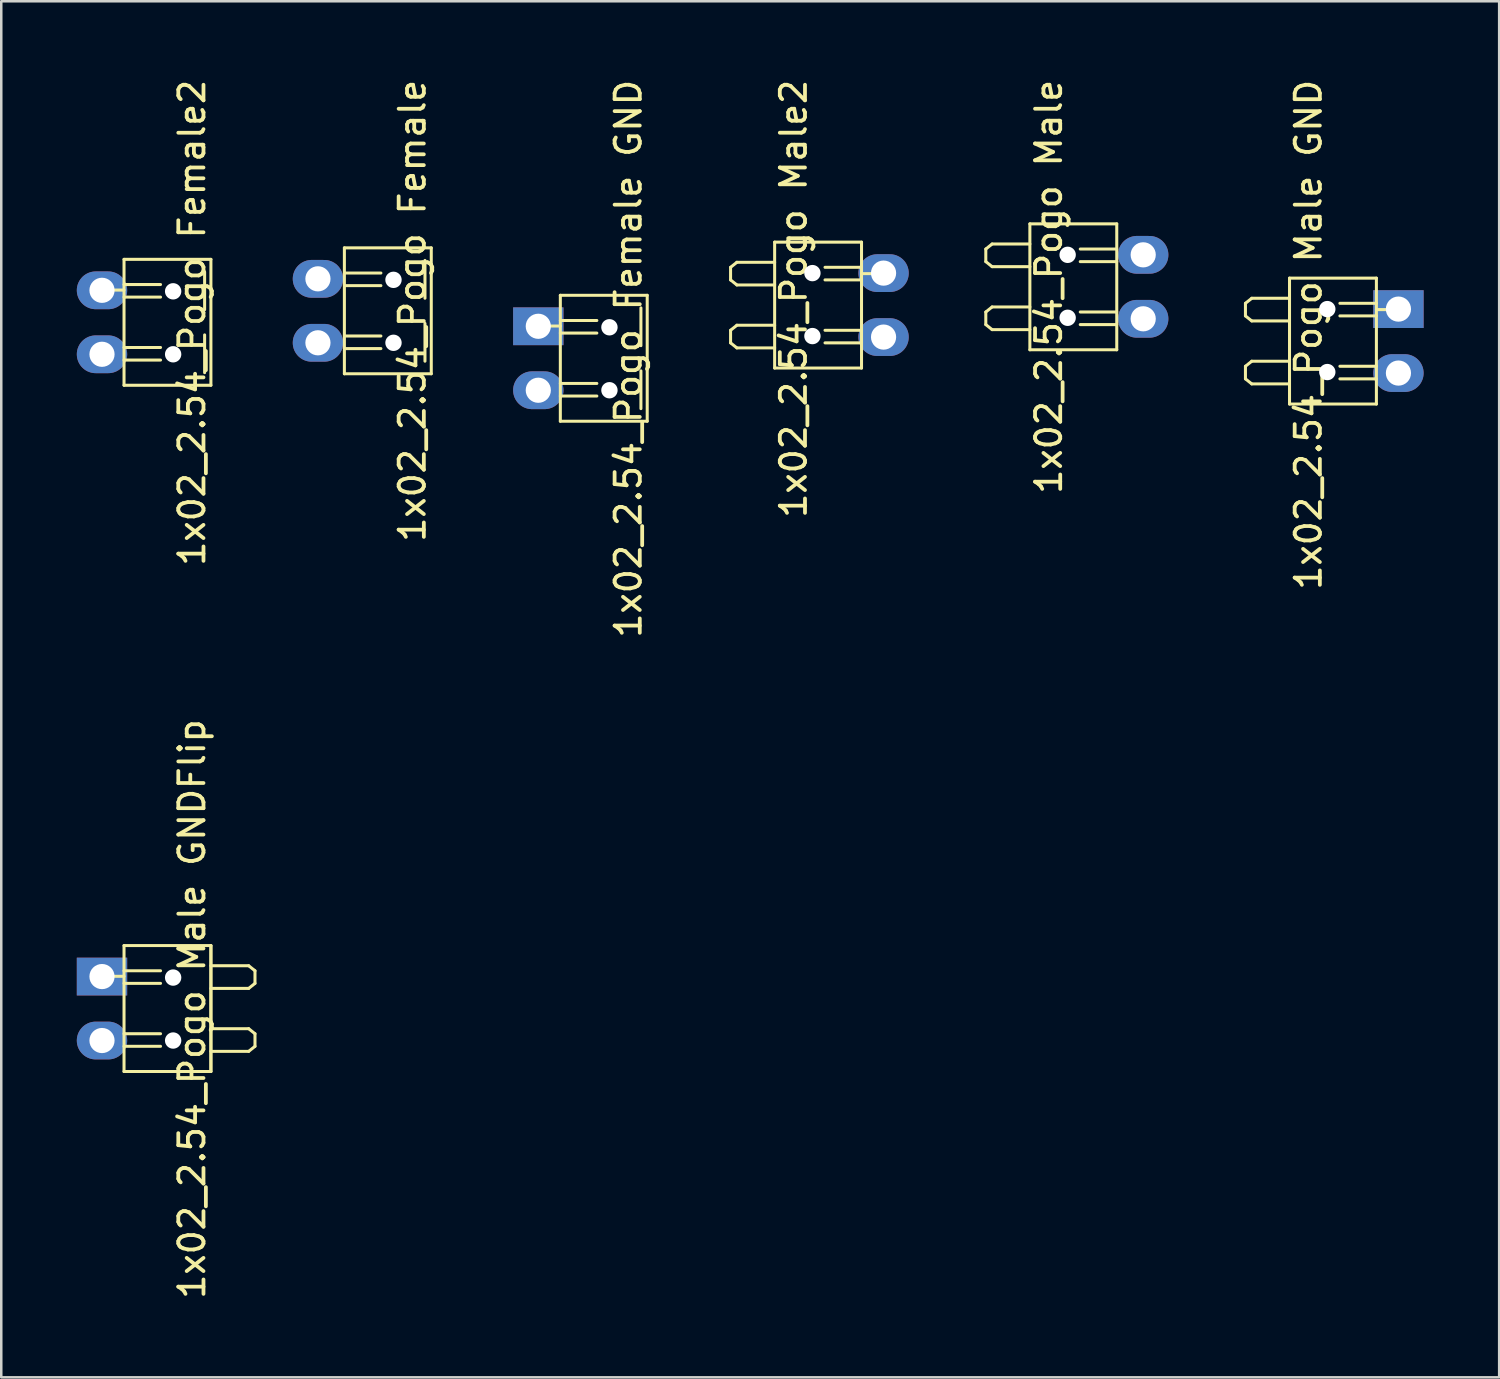
<source format=kicad_pcb>
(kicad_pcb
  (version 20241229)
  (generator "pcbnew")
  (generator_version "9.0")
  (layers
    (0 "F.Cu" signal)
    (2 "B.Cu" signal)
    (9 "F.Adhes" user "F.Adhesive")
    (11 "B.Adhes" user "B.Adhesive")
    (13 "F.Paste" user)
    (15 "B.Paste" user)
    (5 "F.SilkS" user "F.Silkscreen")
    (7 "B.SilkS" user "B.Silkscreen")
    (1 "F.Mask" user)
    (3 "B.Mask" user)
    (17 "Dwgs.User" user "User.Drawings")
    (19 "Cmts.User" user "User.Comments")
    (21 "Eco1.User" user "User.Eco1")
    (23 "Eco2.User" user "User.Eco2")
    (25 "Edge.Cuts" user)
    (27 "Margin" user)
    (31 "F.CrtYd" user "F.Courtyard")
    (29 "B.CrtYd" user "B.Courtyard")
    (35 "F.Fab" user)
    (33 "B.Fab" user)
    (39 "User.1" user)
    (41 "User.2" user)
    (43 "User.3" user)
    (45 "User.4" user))
  (footprint "1x02_2.54_Pogo Male2"
    (layer "F.Cu")
    (at 27.71 11.565)
    (property "Reference" "1x02_2.54_Pogo Male2" (at 0.75 -2.75 90) (layer "F.SilkS") (effects (font (size 1 1) (thickness 0.15))))
    (attr through_hole)
    (fp_line (start -1.75 -4) (end -1.75 -3.5) (stroke (width 0.12) (type solid)) (layer "F.SilkS"))
    (fp_line (start -1.75 -4) (end -1.5 -4.2) (stroke (width 0.12) (type solid)) (layer "F.SilkS"))
    (fp_line (start -1.75 -3.5) (end -1.5 -3.3) (stroke (width 0.12) (type solid)) (layer "F.SilkS"))
    (fp_line (start -1.75 -1.5) (end -1.75 -1) (stroke (width 0.12) (type solid)) (layer "F.SilkS"))
    (fp_line (start -1.75 -1.5) (end -1.5 -1.7) (stroke (width 0.12) (type solid)) (layer "F.SilkS"))
    (fp_line (start -1.75 -1) (end -1.5 -0.8) (stroke (width 0.12) (type solid)) (layer "F.SilkS"))
    (fp_line (start 0 -5) (end 0 0) (stroke (width 0.12) (type solid)) (layer "F.SilkS"))
    (fp_line (start 0 -4.2) (end -1.5 -4.2) (stroke (width 0.12) (type solid)) (layer "F.SilkS"))
    (fp_line (start 0 -3.3) (end -1.5 -3.3) (stroke (width 0.12) (type solid)) (layer "F.SilkS"))
    (fp_line (start 0 -1.7) (end -1.5 -1.7) (stroke (width 0.12) (type solid)) (layer "F.SilkS"))
    (fp_line (start 0 -0.8) (end -1.5 -0.8) (stroke (width 0.12) (type solid)) (layer "F.SilkS"))
    (fp_line (start 0 0) (end 3.45 0) (stroke (width 0.12) (type solid)) (layer "F.SilkS"))
    (fp_line (start 3.45 -5) (end 0 -5) (stroke (width 0.12) (type solid)) (layer "F.SilkS"))
    (fp_line (start 3.45 -5) (end 3.45 0) (stroke (width 0.12) (type solid)) (layer "F.SilkS"))
    (fp_line (start 3.45 -4) (end 2 -4) (stroke (width 0.12) (type solid)) (layer "F.SilkS"))
    (fp_line (start 3.45 -3.5) (end 2 -3.5) (stroke (width 0.12) (type solid)) (layer "F.SilkS"))
    (fp_line (start 3.45 -1.5) (end 2 -1.5) (stroke (width 0.12) (type solid)) (layer "F.SilkS"))
    (fp_line (start 3.45 -1) (end 2 -1) (stroke (width 0.12) (type solid)) (layer "F.SilkS"))
    (fp_line (start 4.575 -3.75) (end 3.45 -3.75) (stroke (width 0.12) (type solid)) (layer "F.SilkS"))
    (fp_circle (center 4.325 -3.75) (end 4.575 -3.75) (stroke (width 0.12) (type solid)) (fill no) (layer "F.SilkS"))
    (pad "" np_thru_hole oval (at 1.5 -3.77 180) (size 0.65 0.65) (drill 0.65) (layers "*.Cu" "*.Mask"))
    (pad "" np_thru_hole oval (at 1.5 -1.27 180) (size 0.65 0.65) (drill 0.65) (layers "*.Cu" "*.Mask"))
    (pad "1" thru_hole oval (at 4.325 -3.77 180) (size 2 1.5) (drill 1) (layers "*.Cu" "*.Mask"))
    (pad "2" thru_hole oval (at 4.325 -1.23 180) (size 2 1.5) (drill 1) (layers "*.Cu" "*.Mask")))
  (footprint "1x02_2.54_Pogo Male"
    (layer "F.Cu")
    (at 37.845 10.839)
    (property "Reference" "1x02_2.54_Pogo Male" (at 0.75 -2.5 90) (layer "F.SilkS") (effects (font (size 1 1) (thickness 0.15))))
    (attr through_hole)
    (fp_line (start -1.75 -4) (end -1.75 -3.5) (stroke (width 0.12) (type solid)) (layer "F.SilkS"))
    (fp_line (start -1.75 -4) (end -1.5 -4.2) (stroke (width 0.12) (type solid)) (layer "F.SilkS"))
    (fp_line (start -1.75 -3.5) (end -1.5 -3.3) (stroke (width 0.12) (type solid)) (layer "F.SilkS"))
    (fp_line (start -1.75 -1.5) (end -1.75 -1) (stroke (width 0.12) (type solid)) (layer "F.SilkS"))
    (fp_line (start -1.75 -1.5) (end -1.5 -1.7) (stroke (width 0.12) (type solid)) (layer "F.SilkS"))
    (fp_line (start -1.75 -1) (end -1.5 -0.8) (stroke (width 0.12) (type solid)) (layer "F.SilkS"))
    (fp_line (start 0 -5) (end 0 0) (stroke (width 0.12) (type solid)) (layer "F.SilkS"))
    (fp_line (start 0 -4.2) (end -1.5 -4.2) (stroke (width 0.12) (type solid)) (layer "F.SilkS"))
    (fp_line (start 0 -3.3) (end -1.5 -3.3) (stroke (width 0.12) (type solid)) (layer "F.SilkS"))
    (fp_line (start 0 -1.7) (end -1.5 -1.7) (stroke (width 0.12) (type solid)) (layer "F.SilkS"))
    (fp_line (start 0 -0.8) (end -1.5 -0.8) (stroke (width 0.12) (type solid)) (layer "F.SilkS"))
    (fp_line (start 0 0) (end 3.45 0) (stroke (width 0.12) (type solid)) (layer "F.SilkS"))
    (fp_line (start 3.45 -5) (end 0 -5) (stroke (width 0.12) (type solid)) (layer "F.SilkS"))
    (fp_line (start 3.45 -5) (end 3.45 0) (stroke (width 0.12) (type solid)) (layer "F.SilkS"))
    (fp_line (start 3.45 -4) (end 2 -4) (stroke (width 0.12) (type solid)) (layer "F.SilkS"))
    (fp_line (start 3.45 -3.5) (end 2 -3.5) (stroke (width 0.12) (type solid)) (layer "F.SilkS"))
    (fp_line (start 3.45 -1.5) (end 2 -1.5) (stroke (width 0.12) (type solid)) (layer "F.SilkS"))
    (fp_line (start 3.45 -1) (end 2 -1) (stroke (width 0.12) (type solid)) (layer "F.SilkS"))
    (pad "" np_thru_hole oval (at 1.5 -3.77 180) (size 0.65 0.65) (drill 0.65) (layers "*.Cu" "*.Mask"))
    (pad "" np_thru_hole oval (at 1.5 -1.27 180) (size 0.65 0.65) (drill 0.65) (layers "*.Cu" "*.Mask"))
    (pad "1" thru_hole oval (at 4.5 -3.77 180) (size 2 1.5) (drill 1) (layers "*.Cu" "*.Mask"))
    (pad "2" thru_hole oval (at 4.5 -1.23 180) (size 2 1.5) (drill 1) (layers "*.Cu" "*.Mask")))
  (footprint "1x02_2.54_Pogo Female GND"
    (layer "F.Cu")
    (at 22.65 13.696)
    (property "Reference" "1x02_2.54_Pogo Female GND" (at -0.75 -2.5 90) (layer "F.SilkS") (effects (font (size 1 1) (thickness 0.15))))
    (attr through_hole)
    (fp_line (start -4.575 -3.8) (end -3.45 -3.8) (stroke (width 0.12) (type solid)) (layer "F.SilkS"))
    (fp_line (start -3.45 -4.02) (end -2 -4.02) (stroke (width 0.12) (type solid)) (layer "F.SilkS"))
    (fp_line (start -3.45 -3.52) (end -2 -3.52) (stroke (width 0.12) (type solid)) (layer "F.SilkS"))
    (fp_line (start -3.45 -1.52) (end -2 -1.52) (stroke (width 0.12) (type solid)) (layer "F.SilkS"))
    (fp_line (start -3.45 -1.02) (end -2 -1.02) (stroke (width 0.12) (type solid)) (layer "F.SilkS"))
    (fp_line (start -3.45 -0.02) (end -3.45 -5.02) (stroke (width 0.12) (type solid)) (layer "F.SilkS"))
    (fp_line (start -3.45 -0.02) (end 0 -0.02) (stroke (width 0.12) (type solid)) (layer "F.SilkS"))
    (fp_line (start -0.25 -3.02) (end -0.25 -4.52) (stroke (width 0.12) (type solid)) (layer "F.SilkS"))
    (fp_line (start -0.25 -0.52) (end -0.25 -2.02) (stroke (width 0.12) (type solid)) (layer "F.SilkS"))
    (fp_line (start 0 -5.02) (end -3.45 -5.02) (stroke (width 0.12) (type solid)) (layer "F.SilkS"))
    (fp_line (start 0 -0.02) (end 0 -5.02) (stroke (width 0.12) (type solid)) (layer "F.SilkS"))
    (fp_circle (center -4.325 -3.8) (end -4.075 -3.8) (stroke (width 0.12) (type solid)) (fill no) (layer "F.SilkS"))
    (pad "" np_thru_hole oval (at -1.5 -3.75) (size 0.65 0.65) (drill 0.65) (layers "*.Cu" "*.Mask"))
    (pad "" np_thru_hole oval (at -1.5 -1.25) (size 0.65 0.65) (drill 0.65) (layers "*.Cu" "*.Mask"))
    (pad "1" thru_hole rect (at -4.325 -3.79) (size 2 1.5) (drill 1) (layers "*.Cu" "*.Mask"))
    (pad "2" thru_hole oval (at -4.325 -1.25) (size 2 1.5) (drill 1) (layers "*.Cu" "*.Mask")))
  (footprint "1x02_2.54_Pogo Male GND"
    (layer "F.Cu")
    (at 48.155 12.994)
    (property "Reference" "1x02_2.54_Pogo Male GND" (at 0.75 -2.75 90) (layer "F.SilkS") (effects (font (size 1 1) (thickness 0.15))))
    (attr through_hole)
    (fp_line (start -1.75 -4) (end -1.75 -3.5) (stroke (width 0.12) (type solid)) (layer "F.SilkS"))
    (fp_line (start -1.75 -4) (end -1.5 -4.2) (stroke (width 0.12) (type solid)) (layer "F.SilkS"))
    (fp_line (start -1.75 -3.5) (end -1.5 -3.3) (stroke (width 0.12) (type solid)) (layer "F.SilkS"))
    (fp_line (start -1.75 -1.5) (end -1.75 -1) (stroke (width 0.12) (type solid)) (layer "F.SilkS"))
    (fp_line (start -1.75 -1.5) (end -1.5 -1.7) (stroke (width 0.12) (type solid)) (layer "F.SilkS"))
    (fp_line (start -1.75 -1) (end -1.5 -0.8) (stroke (width 0.12) (type solid)) (layer "F.SilkS"))
    (fp_line (start 0 -5) (end 0 0) (stroke (width 0.12) (type solid)) (layer "F.SilkS"))
    (fp_line (start 0 -4.2) (end -1.5 -4.2) (stroke (width 0.12) (type solid)) (layer "F.SilkS"))
    (fp_line (start 0 -3.3) (end -1.5 -3.3) (stroke (width 0.12) (type solid)) (layer "F.SilkS"))
    (fp_line (start 0 -1.7) (end -1.5 -1.7) (stroke (width 0.12) (type solid)) (layer "F.SilkS"))
    (fp_line (start 0 -0.8) (end -1.5 -0.8) (stroke (width 0.12) (type solid)) (layer "F.SilkS"))
    (fp_line (start 0 0) (end 3.45 0) (stroke (width 0.12) (type solid)) (layer "F.SilkS"))
    (fp_line (start 3.45 -5) (end 0 -5) (stroke (width 0.12) (type solid)) (layer "F.SilkS"))
    (fp_line (start 3.45 -5) (end 3.45 0) (stroke (width 0.12) (type solid)) (layer "F.SilkS"))
    (fp_line (start 3.45 -4) (end 2 -4) (stroke (width 0.12) (type solid)) (layer "F.SilkS"))
    (fp_line (start 3.45 -3.5) (end 2 -3.5) (stroke (width 0.12) (type solid)) (layer "F.SilkS"))
    (fp_line (start 3.45 -1.5) (end 2 -1.5) (stroke (width 0.12) (type solid)) (layer "F.SilkS"))
    (fp_line (start 3.45 -1) (end 2 -1) (stroke (width 0.12) (type solid)) (layer "F.SilkS"))
    (fp_line (start 4.575 -3.75) (end 3.45 -3.75) (stroke (width 0.12) (type solid)) (layer "F.SilkS"))
    (fp_circle (center 4.325 -3.75) (end 4.575 -3.75) (stroke (width 0.12) (type solid)) (fill no) (layer "F.SilkS"))
    (pad "" np_thru_hole oval (at 1.5 -3.77 180) (size 0.65 0.65) (drill 0.65) (layers "*.Cu" "*.Mask"))
    (pad "" np_thru_hole oval (at 1.5 -1.27 180) (size 0.65 0.65) (drill 0.65) (layers "*.Cu" "*.Mask"))
    (pad "1" thru_hole rect (at 4.325 -3.77 180) (size 2 1.5) (drill 1) (layers "*.Cu" "*.Mask"))
    (pad "2" thru_hole oval (at 4.325 -1.23 180) (size 2 1.5) (drill 1) (layers "*.Cu" "*.Mask")))
  (footprint "1x02_2.54_Pogo Male GNDFlip"
    (layer "F.Cu")
    (at 5.325 39.518)
    (property "Reference" "1x02_2.54_Pogo Male GNDFlip" (at -0.75 -2.5 90) (layer "F.SilkS") (effects (font (size 1 1) (thickness 0.15))))
    (attr through_hole)
    (fp_line (start -4.575 -3.8) (end -3.45 -3.8) (stroke (width 0.12) (type solid)) (layer "F.SilkS"))
    (fp_line (start -3.45 -4.02) (end -2 -4.02) (stroke (width 0.12) (type solid)) (layer "F.SilkS"))
    (fp_line (start -3.45 -3.52) (end -2 -3.52) (stroke (width 0.12) (type solid)) (layer "F.SilkS"))
    (fp_line (start -3.45 -1.52) (end -2 -1.52) (stroke (width 0.12) (type solid)) (layer "F.SilkS"))
    (fp_line (start -3.45 -1.02) (end -2 -1.02) (stroke (width 0.12) (type solid)) (layer "F.SilkS"))
    (fp_line (start -3.45 -0.02) (end -3.45 -5.02) (stroke (width 0.12) (type solid)) (layer "F.SilkS"))
    (fp_line (start -3.45 -0.02) (end 0 -0.02) (stroke (width 0.12) (type solid)) (layer "F.SilkS"))
    (fp_line (start 0 -5.02) (end -3.45 -5.02) (stroke (width 0.12) (type solid)) (layer "F.SilkS"))
    (fp_line (start 0 -4.22) (end 1.5 -4.22) (stroke (width 0.12) (type solid)) (layer "F.SilkS"))
    (fp_line (start 0 -3.32) (end 1.5 -3.32) (stroke (width 0.12) (type solid)) (layer "F.SilkS"))
    (fp_line (start 0 -1.72) (end 1.5 -1.72) (stroke (width 0.12) (type solid)) (layer "F.SilkS"))
    (fp_line (start 0 -0.82) (end 1.5 -0.82) (stroke (width 0.12) (type solid)) (layer "F.SilkS"))
    (fp_line (start 0 -0.02) (end 0 -5.02) (stroke (width 0.12) (type solid)) (layer "F.SilkS"))
    (fp_line (start 0 -0.02) (end 0 -5.02) (stroke (width 0.12) (type solid)) (layer "F.SilkS"))
    (fp_line (start 1.75 -4.02) (end 1.5 -4.22) (stroke (width 0.12) (type solid)) (layer "F.SilkS"))
    (fp_line (start 1.75 -3.52) (end 1.5 -3.32) (stroke (width 0.12) (type solid)) (layer "F.SilkS"))
    (fp_line (start 1.75 -3.52) (end 1.75 -4.02) (stroke (width 0.12) (type solid)) (layer "F.SilkS"))
    (fp_line (start 1.75 -1.52) (end 1.5 -1.72) (stroke (width 0.12) (type solid)) (layer "F.SilkS"))
    (fp_line (start 1.75 -1.02) (end 1.5 -0.82) (stroke (width 0.12) (type solid)) (layer "F.SilkS"))
    (fp_line (start 1.75 -1.02) (end 1.75 -1.52) (stroke (width 0.12) (type solid)) (layer "F.SilkS"))
    (fp_circle (center -4.325 -3.8) (end -4.075 -3.8) (stroke (width 0.12) (type solid)) (fill no) (layer "F.SilkS"))
    (pad "" np_thru_hole oval (at -1.5 -3.75) (size 0.65 0.65) (drill 0.65) (layers "*.Cu" "*.Mask"))
    (pad "" np_thru_hole oval (at -1.5 -1.25) (size 0.65 0.65) (drill 0.65) (layers "*.Cu" "*.Mask"))
    (pad "1" thru_hole rect (at -4.325 -3.79) (size 2 1.5) (drill 1) (layers "*.Cu" "*.Mask"))
    (pad "2" thru_hole oval (at -4.325 -1.25) (size 2 1.5) (drill 1) (layers "*.Cu" "*.Mask")))
  (footprint "1x02_2.54_Pogo Female2"
    (layer "F.Cu")
    (at 5.325 12.268)
    (property "Reference" "1x02_2.54_Pogo Female2" (at -0.75 -2.5 90) (layer "F.SilkS") (effects (font (size 1 1) (thickness 0.15))))
    (attr through_hole)
    (fp_line (start -4.575 -3.8) (end -3.45 -3.8) (stroke (width 0.12) (type solid)) (layer "F.SilkS"))
    (fp_line (start -3.45 -4.02) (end -2 -4.02) (stroke (width 0.12) (type solid)) (layer "F.SilkS"))
    (fp_line (start -3.45 -3.52) (end -2 -3.52) (stroke (width 0.12) (type solid)) (layer "F.SilkS"))
    (fp_line (start -3.45 -1.52) (end -2 -1.52) (stroke (width 0.12) (type solid)) (layer "F.SilkS"))
    (fp_line (start -3.45 -1.02) (end -2 -1.02) (stroke (width 0.12) (type solid)) (layer "F.SilkS"))
    (fp_line (start -3.45 -0.02) (end -3.45 -5.02) (stroke (width 0.12) (type solid)) (layer "F.SilkS"))
    (fp_line (start -3.45 -0.02) (end 0 -0.02) (stroke (width 0.12) (type solid)) (layer "F.SilkS"))
    (fp_line (start -0.25 -3.02) (end -0.25 -4.52) (stroke (width 0.12) (type solid)) (layer "F.SilkS"))
    (fp_line (start -0.25 -0.52) (end -0.25 -2.02) (stroke (width 0.12) (type solid)) (layer "F.SilkS"))
    (fp_line (start 0 -5.02) (end -3.45 -5.02) (stroke (width 0.12) (type solid)) (layer "F.SilkS"))
    (fp_line (start 0 -0.02) (end 0 -5.02) (stroke (width 0.12) (type solid)) (layer "F.SilkS"))
    (fp_circle (center -4.325 -3.8) (end -4.075 -3.8) (stroke (width 0.12) (type solid)) (fill no) (layer "F.SilkS"))
    (pad "" np_thru_hole oval (at -1.5 -3.75) (size 0.65 0.65) (drill 0.65) (layers "*.Cu" "*.Mask"))
    (pad "" np_thru_hole oval (at -1.5 -1.25) (size 0.65 0.65) (drill 0.65) (layers "*.Cu" "*.Mask"))
    (pad "1" thru_hole oval (at -4.325 -3.79) (size 2 1.5) (drill 1) (layers "*.Cu" "*.Mask"))
    (pad "2" thru_hole oval (at -4.325 -1.25) (size 2 1.5) (drill 1) (layers "*.Cu" "*.Mask")))
  (footprint "1x02_2.54_Pogo Female"
    (layer "F.Cu")
    (at 14.075 11.792)
    (property "Reference" "1x02_2.54_Pogo Female" (at -0.75 -2.5 270) (layer "F.SilkS") (effects (font (size 1 1) (thickness 0.15))))
    (attr through_hole)
    (fp_line (start -3.45 -4) (end -2 -4) (stroke (width 0.12) (type solid)) (layer "F.SilkS"))
    (fp_line (start -3.45 -3.5) (end -2 -3.5) (stroke (width 0.12) (type solid)) (layer "F.SilkS"))
    (fp_line (start -3.45 -1.5) (end -2 -1.5) (stroke (width 0.12) (type solid)) (layer "F.SilkS"))
    (fp_line (start -3.45 -1) (end -2 -1) (stroke (width 0.12) (type solid)) (layer "F.SilkS"))
    (fp_line (start -3.45 0) (end -3.45 -5) (stroke (width 0.12) (type solid)) (layer "F.SilkS"))
    (fp_line (start -3.45 0) (end 0 0) (stroke (width 0.12) (type solid)) (layer "F.SilkS"))
    (fp_line (start -0.25 -3) (end -0.25 -4.5) (stroke (width 0.12) (type solid)) (layer "F.SilkS"))
    (fp_line (start -0.25 -0.5) (end -0.25 -2) (stroke (width 0.12) (type solid)) (layer "F.SilkS"))
    (fp_line (start 0 -5) (end -3.45 -5) (stroke (width 0.12) (type solid)) (layer "F.SilkS"))
    (fp_line (start 0 0) (end 0 -5) (stroke (width 0.12) (type solid)) (layer "F.SilkS"))
    (pad "" np_thru_hole oval (at -1.5 -3.73) (size 0.65 0.65) (drill 0.65) (layers "*.Cu" "*.Mask"))
    (pad "" np_thru_hole oval (at -1.5 -1.23) (size 0.65 0.65) (drill 0.65) (layers "*.Cu" "*.Mask"))
    (pad "1" thru_hole oval (at -4.5 -3.77) (size 2 1.5) (drill 1) (layers "*.Cu" "*.Mask"))
    (pad "2" thru_hole oval (at -4.5 -1.23) (size 2 1.5) (drill 1) (layers "*.Cu" "*.Mask")))
  (gr_rect
    (start -3 -3)
    (end 56.48 51.643)
    (stroke (width 0.1) (type default))
    (fill no)
    (layer "Edge.Cuts")))
</source>
